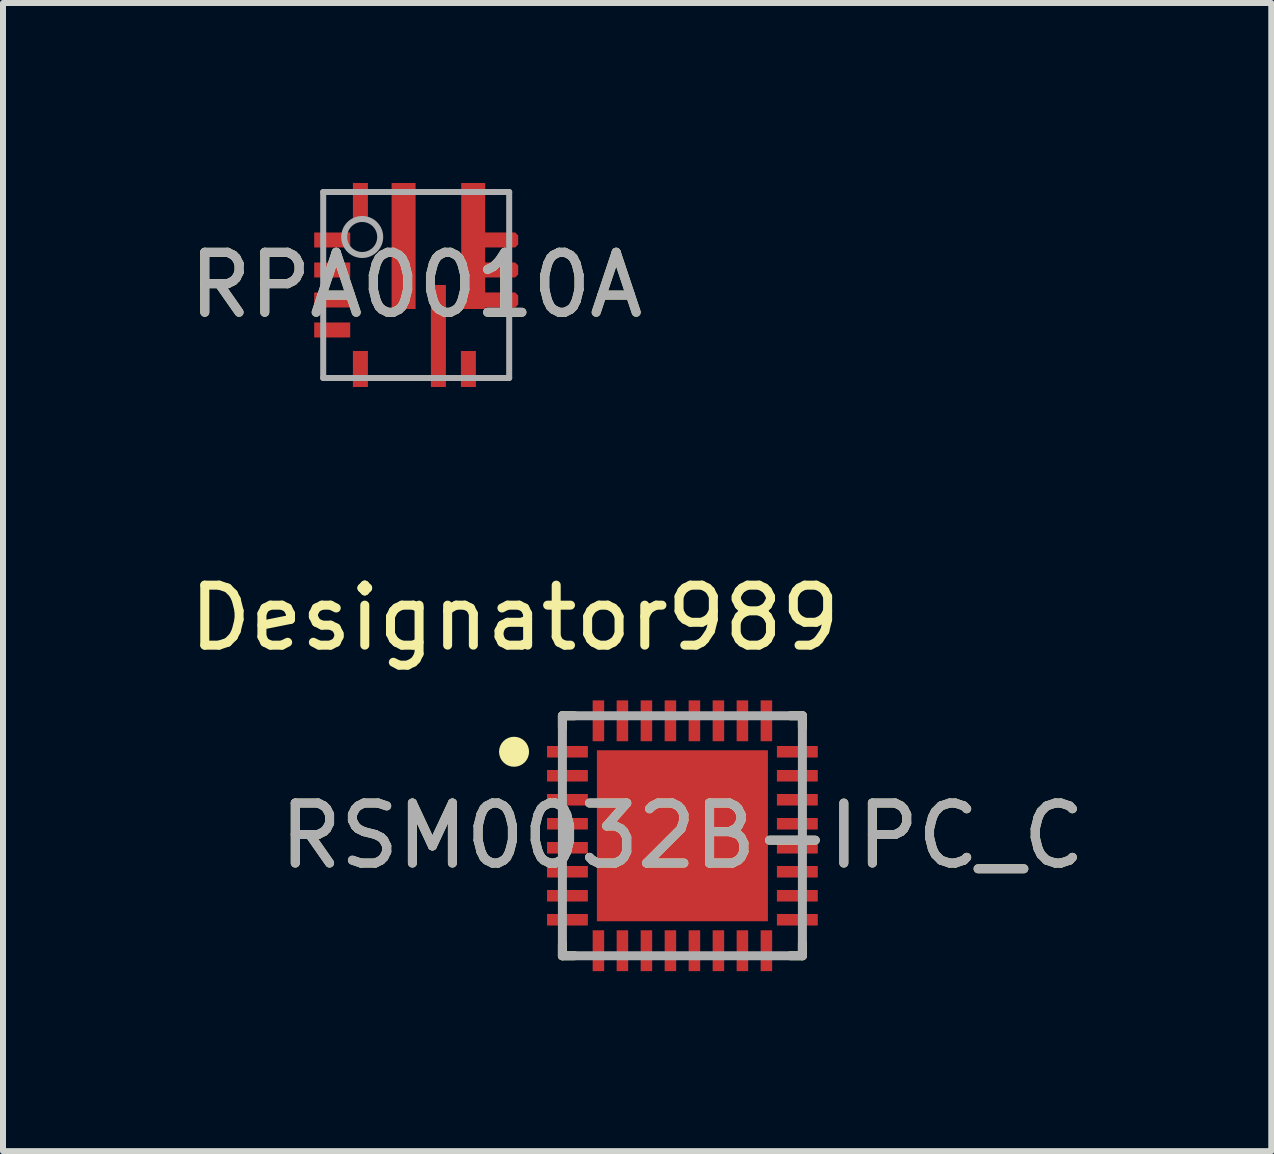
<source format=kicad_pcb>
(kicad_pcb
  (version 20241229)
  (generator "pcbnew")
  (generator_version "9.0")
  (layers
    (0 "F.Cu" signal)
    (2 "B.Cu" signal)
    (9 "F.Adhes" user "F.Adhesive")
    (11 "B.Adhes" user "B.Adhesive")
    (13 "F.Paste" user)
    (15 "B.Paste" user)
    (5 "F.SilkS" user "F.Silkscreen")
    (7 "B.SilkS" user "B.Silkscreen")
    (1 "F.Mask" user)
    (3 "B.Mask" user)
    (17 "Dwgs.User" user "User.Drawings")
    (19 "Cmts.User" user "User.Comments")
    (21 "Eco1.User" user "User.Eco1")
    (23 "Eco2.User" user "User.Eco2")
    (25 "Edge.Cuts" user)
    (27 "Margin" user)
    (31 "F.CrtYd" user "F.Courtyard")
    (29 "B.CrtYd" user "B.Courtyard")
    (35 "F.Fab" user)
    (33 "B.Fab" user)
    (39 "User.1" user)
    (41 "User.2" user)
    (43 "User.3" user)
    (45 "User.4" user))
  (footprint "RSM0032B-IPC_C"
    (layer "F.Cu")
    (at 8.324 10.88)
    (property "Reference" "RSM0032B-IPC_C" (at 0 0 0) (unlocked yes) (layer "F.SilkS") (effects (font (size 1 1) (thickness 0.15))))
    (attr smd)
    (fp_line (start -2 -2) (end -1.8 -2) (stroke (width 0.15) (type solid)) (layer "F.SilkS"))
    (fp_line (start -2 -1.8) (end -2 -2) (stroke (width 0.15) (type solid)) (layer "F.SilkS"))
    (fp_line (start -2 2) (end -2 1.8) (stroke (width 0.15) (type solid)) (layer "F.SilkS"))
    (fp_line (start -2 2) (end -1.8 2) (stroke (width 0.15) (type solid)) (layer "F.SilkS"))
    (fp_line (start 1.8 -2) (end 2 -2) (stroke (width 0.15) (type solid)) (layer "F.SilkS"))
    (fp_line (start 1.8 2) (end 2 2) (stroke (width 0.15) (type solid)) (layer "F.SilkS"))
    (fp_line (start 2 -1.8) (end 2 -2) (stroke (width 0.15) (type solid)) (layer "F.SilkS"))
    (fp_line (start 2 2) (end 2 1.8) (stroke (width 0.15) (type solid)) (layer "F.SilkS"))
    (fp_circle (center -2.806 -1.4) (end -2.681 -1.4) (stroke (width 0.25) (type solid)) (fill no) (layer "F.SilkS"))
    (fp_poly (pts (xy -0.901 0.901) (xy 0.901 0.901) (xy 0.901 -0.901) (xy -0.901 -0.901)) (stroke (width 0) (type solid)) (fill yes) (layer "F.Paste"))
    (fp_line (start -2 -2) (end 2 -2) (stroke (width 0.15) (type solid)) (layer "F.Fab"))
    (fp_line (start -2 2) (end -2 -2) (stroke (width 0.15) (type solid)) (layer "F.Fab"))
    (fp_line (start -2 2) (end 2 2) (stroke (width 0.15) (type solid)) (layer "F.Fab"))
    (fp_line (start 2 2) (end 2 -2) (stroke (width 0.15) (type solid)) (layer "F.Fab"))
    (fp_text user "Designator989" (at -2.794 -3.632 0) (unlocked yes) (layer "F.SilkS") (effects (font (size 1 1) (thickness 0.15))))
    (fp_text user "${REFERENCE}" (at 0 0 0) (unlocked yes) (layer "F.Fab") (effects (font (size 1 1) (thickness 0.15))))
    (pad "1" smd rect (at -1.916 -1.4 90) (size 0.192 0.681) (layers "F.Cu" "F.Mask" "F.Paste"))
    (pad "2" smd rect (at -1.916 -1 90) (size 0.192 0.681) (layers "F.Cu" "F.Mask" "F.Paste"))
    (pad "3" smd rect (at -1.916 -0.6 90) (size 0.192 0.681) (layers "F.Cu" "F.Mask" "F.Paste"))
    (pad "4" smd rect (at -1.916 -0.2 90) (size 0.192 0.681) (layers "F.Cu" "F.Mask" "F.Paste"))
    (pad "5" smd rect (at -1.916 0.2 90) (size 0.192 0.681) (layers "F.Cu" "F.Mask" "F.Paste"))
    (pad "6" smd rect (at -1.916 0.6 90) (size 0.192 0.681) (layers "F.Cu" "F.Mask" "F.Paste"))
    (pad "7" smd rect (at -1.916 1 90) (size 0.192 0.681) (layers "F.Cu" "F.Mask" "F.Paste"))
    (pad "8" smd rect (at -1.916 1.4 90) (size 0.192 0.681) (layers "F.Cu" "F.Mask" "F.Paste"))
    (pad "9" smd rect (at -1.4 1.916) (size 0.192 0.681) (layers "F.Cu" "F.Mask" "F.Paste"))
    (pad "10" smd rect (at -1 1.916) (size 0.192 0.681) (layers "F.Cu" "F.Mask" "F.Paste"))
    (pad "11" smd rect (at -0.6 1.916) (size 0.192 0.681) (layers "F.Cu" "F.Mask" "F.Paste"))
    (pad "12" smd rect (at -0.2 1.916) (size 0.192 0.681) (layers "F.Cu" "F.Mask" "F.Paste"))
    (pad "13" smd rect (at 0.2 1.916) (size 0.192 0.681) (layers "F.Cu" "F.Mask" "F.Paste"))
    (pad "14" smd rect (at 0.6 1.916) (size 0.192 0.681) (layers "F.Cu" "F.Mask" "F.Paste"))
    (pad "15" smd rect (at 1 1.916) (size 0.192 0.681) (layers "F.Cu" "F.Mask" "F.Paste"))
    (pad "16" smd rect (at 1.4 1.916) (size 0.192 0.681) (layers "F.Cu" "F.Mask" "F.Paste"))
    (pad "17" smd rect (at 1.916 1.4 90) (size 0.192 0.681) (layers "F.Cu" "F.Mask" "F.Paste"))
    (pad "18" smd rect (at 1.916 1 90) (size 0.192 0.681) (layers "F.Cu" "F.Mask" "F.Paste"))
    (pad "19" smd rect (at 1.916 0.6 90) (size 0.192 0.681) (layers "F.Cu" "F.Mask" "F.Paste"))
    (pad "20" smd rect (at 1.916 0.2 90) (size 0.192 0.681) (layers "F.Cu" "F.Mask" "F.Paste"))
    (pad "21" smd rect (at 1.916 -0.2 90) (size 0.192 0.681) (layers "F.Cu" "F.Mask" "F.Paste"))
    (pad "22" smd rect (at 1.916 -0.6 90) (size 0.192 0.681) (layers "F.Cu" "F.Mask" "F.Paste"))
    (pad "23" smd rect (at 1.916 -1 90) (size 0.192 0.681) (layers "F.Cu" "F.Mask" "F.Paste"))
    (pad "24" smd rect (at 1.916 -1.4 90) (size 0.192 0.681) (layers "F.Cu" "F.Mask" "F.Paste"))
    (pad "25" smd rect (at 1.4 -1.916) (size 0.192 0.681) (layers "F.Cu" "F.Mask" "F.Paste"))
    (pad "26" smd rect (at 1 -1.916) (size 0.192 0.681) (layers "F.Cu" "F.Mask" "F.Paste"))
    (pad "27" smd rect (at 0.6 -1.916) (size 0.192 0.681) (layers "F.Cu" "F.Mask" "F.Paste"))
    (pad "28" smd rect (at 0.2 -1.916) (size 0.192 0.681) (layers "F.Cu" "F.Mask" "F.Paste"))
    (pad "29" smd rect (at -0.2 -1.916) (size 0.192 0.681) (layers "F.Cu" "F.Mask" "F.Paste"))
    (pad "30" smd rect (at -0.6 -1.916) (size 0.192 0.681) (layers "F.Cu" "F.Mask" "F.Paste"))
    (pad "31" smd rect (at -1 -1.916) (size 0.192 0.681) (layers "F.Cu" "F.Mask" "F.Paste"))
    (pad "32" smd rect (at -1.4 -1.916) (size 0.192 0.681) (layers "F.Cu" "F.Mask" "F.Paste"))
    (pad "33" smd rect (at 0 0) (size 2.85 2.85) (layers "F.Cu" "F.Mask")))
  (footprint "RPA0010A"
    (layer "F.Cu")
    (at 3.887 1.7)
    (property "Reference" "RPA0010A" (at 0 0 0) (unlocked yes) (layer "F.SilkS") (effects (font (size 1 1) (thickness 0.15))))
    (attr smd)
    (fp_poly (pts (xy -0.41 -0.8) (xy -0.41 -1.65) (xy -0.409 -1.66) (xy -0.406 -1.669) (xy -0.402 -1.678) (xy -0.395 -1.685) (xy -0.388 -1.692) (xy -0.379 -1.696) (xy -0.37 -1.699) (xy -0.36 -1.7) (xy -0.06 -1.7) (xy -0.05 -1.699) (xy -0.041 -1.696) (xy -0.032 -1.692) (xy -0.025 -1.685) (xy -0.018 -1.678) (xy -0.014 -1.669) (xy -0.011 -1.66) (xy -0.01 -1.65) (xy -0.01 -0.8) (xy -0.011 -0.79) (xy -0.014 -0.781) (xy -0.018 -0.772) (xy -0.025 -0.765) (xy -0.032 -0.758) (xy -0.041 -0.754) (xy -0.05 -0.751) (xy -0.06 -0.75) (xy -0.36 -0.75) (xy -0.37 -0.751) (xy -0.379 -0.754) (xy -0.388 -0.758) (xy -0.395 -0.765) (xy -0.402 -0.772) (xy -0.406 -0.781) (xy -0.409 -0.79)) (stroke (width 0) (type solid)) (fill yes) (layer "F.Paste"))
    (fp_poly (pts (xy -0.41 0.35) (xy -0.41 -0.5) (xy -0.409 -0.51) (xy -0.406 -0.519) (xy -0.402 -0.528) (xy -0.395 -0.535) (xy -0.388 -0.542) (xy -0.379 -0.546) (xy -0.37 -0.549) (xy -0.36 -0.55) (xy -0.06 -0.55) (xy -0.05 -0.549) (xy -0.041 -0.546) (xy -0.032 -0.542) (xy -0.025 -0.535) (xy -0.018 -0.528) (xy -0.014 -0.519) (xy -0.011 -0.51) (xy -0.01 -0.5) (xy -0.01 0.35) (xy -0.011 0.36) (xy -0.014 0.369) (xy -0.018 0.378) (xy -0.025 0.385) (xy -0.032 0.392) (xy -0.041 0.396) (xy -0.05 0.399) (xy -0.06 0.4) (xy -0.36 0.4) (xy -0.37 0.399) (xy -0.379 0.396) (xy -0.388 0.392) (xy -0.395 0.385) (xy -0.402 0.378) (xy -0.406 0.369) (xy -0.409 0.36)) (stroke (width 0) (type solid)) (fill yes) (layer "F.Paste"))
    (fp_poly (pts (xy 0.245 0.7) (xy 0.245 0.05) (xy 0.246 0.04) (xy 0.249 0.031) (xy 0.253 0.022) (xy 0.26 0.015) (xy 0.267 0.008) (xy 0.276 0.004) (xy 0.285 0.001) (xy 0.295 0) (xy 0.445 0) (xy 0.455 0.001) (xy 0.464 0.004) (xy 0.473 0.008) (xy 0.48 0.015) (xy 0.487 0.022) (xy 0.491 0.031) (xy 0.494 0.04) (xy 0.495 0.05) (xy 0.495 0.7) (xy 0.494 0.71) (xy 0.491 0.719) (xy 0.487 0.728) (xy 0.48 0.735) (xy 0.473 0.742) (xy 0.464 0.746) (xy 0.455 0.749) (xy 0.445 0.75) (xy 0.295 0.75) (xy 0.285 0.749) (xy 0.276 0.746) (xy 0.267 0.742) (xy 0.26 0.735) (xy 0.253 0.728) (xy 0.249 0.719) (xy 0.246 0.71)) (stroke (width 0) (type solid)) (fill yes) (layer "F.Paste"))
    (fp_poly (pts (xy 0.245 1.65) (xy 0.245 1) (xy 0.246 0.99) (xy 0.249 0.981) (xy 0.253 0.972) (xy 0.26 0.965) (xy 0.267 0.958) (xy 0.276 0.954) (xy 0.285 0.951) (xy 0.295 0.95) (xy 0.445 0.95) (xy 0.455 0.951) (xy 0.464 0.954) (xy 0.473 0.958) (xy 0.48 0.965) (xy 0.487 0.972) (xy 0.491 0.981) (xy 0.494 0.99) (xy 0.495 1) (xy 0.495 1.65) (xy 0.494 1.66) (xy 0.491 1.669) (xy 0.487 1.678) (xy 0.48 1.685) (xy 0.473 1.692) (xy 0.464 1.696) (xy 0.455 1.699) (xy 0.445 1.7) (xy 0.295 1.7) (xy 0.285 1.699) (xy 0.276 1.696) (xy 0.267 1.692) (xy 0.26 1.685) (xy 0.253 1.678) (xy 0.249 1.669) (xy 0.246 1.66)) (stroke (width 0) (type solid)) (fill yes) (layer "F.Paste"))
    (fp_line (start -1.55 -1.55) (end 1.55 -1.55) (stroke (width 0.1) (type solid)) (layer "F.Fab"))
    (fp_line (start -1.55 1.55) (end -1.55 -1.55) (stroke (width 0.1) (type solid)) (layer "F.Fab"))
    (fp_line (start -1.55 1.55) (end 1.55 1.55) (stroke (width 0.1) (type solid)) (layer "F.Fab"))
    (fp_line (start 1.55 1.55) (end 1.55 -1.55) (stroke (width 0.1) (type solid)) (layer "F.Fab"))
    (fp_circle (center -0.9 -0.8) (end -0.6 -0.8) (stroke (width 0.1) (type solid)) (fill no) (layer "F.Fab"))
    (fp_text user "${REFERENCE}" (at 0 0 0) (unlocked yes) (layer "F.Fab") (effects (font (size 1 1) (thickness 0.15))))
    (pad "1" smd rect (at -1.4 -0.75) (size 0.6 0.25) (layers "F.Cu" "F.Mask" "F.Paste"))
    (pad "2" smd rect (at -1.4 -0.25) (size 0.6 0.25) (layers "F.Cu" "F.Mask" "F.Paste"))
    (pad "3" smd rect (at -1.4 0.25) (size 0.6 0.25) (layers "F.Cu" "F.Mask" "F.Paste"))
    (pad "4" smd rect (at -1.4 0.75) (size 0.6 0.25) (layers "F.Cu" "F.Mask" "F.Paste"))
    (pad "5" smd rect (at -0.93 1.4 90) (size 0.6 0.25) (layers "F.Cu" "F.Mask" "F.Paste"))
    (pad "6" smd rect (at 0.37 0.85 90) (size 1.7 0.25) (layers "F.Cu" "F.Mask"))
    (pad "7" smd rect (at 0.87 1.4 90) (size 0.6 0.25) (layers "F.Cu" "F.Mask" "F.Paste"))
    (pad "8" smd custom (at 0.95 -0.65 90) (size 2.1 0.4) (layers "F.Cu" "F.Mask" "F.Paste") (options (anchor rect)) (primitives (gr_poly (pts (xy -0.975 0.05) (xy -0.825 0.05) (xy -0.775 0.1) (xy -0.775 0.7) (xy -0.825 0.75) (xy -0.975 0.75) (xy -1.025 0.7) (xy -1.025 0.1)) (width 0) (fill yes)) (gr_poly (pts (xy -0.475 0.05) (xy -0.325 0.05) (xy -0.275 0.1) (xy -0.275 0.7) (xy -0.325 0.75) (xy -0.475 0.75) (xy -0.525 0.7) (xy -0.525 0.1)) (width 0) (fill yes)) (gr_poly (pts (xy 0.025 0.05) (xy 0.175 0.05) (xy 0.225 0.1) (xy 0.225 0.7) (xy 0.175 0.75) (xy 0.025 0.75) (xy -0.025 0.7) (xy -0.025 0.1)) (width 0) (fill yes))))
    (pad "9" smd rect (at -0.21 -0.65 90) (size 2.1 0.4) (layers "F.Cu" "F.Mask"))
    (pad "10" smd rect (at -0.93 -1.4 90) (size 0.6 0.25) (layers "F.Cu" "F.Mask" "F.Paste")))
  (gr_rect
    (start -3 -3)
    (end 18.139 16.137)
    (stroke (width 0.1) (type default))
    (fill no)
    (layer "Edge.Cuts")))
</source>
